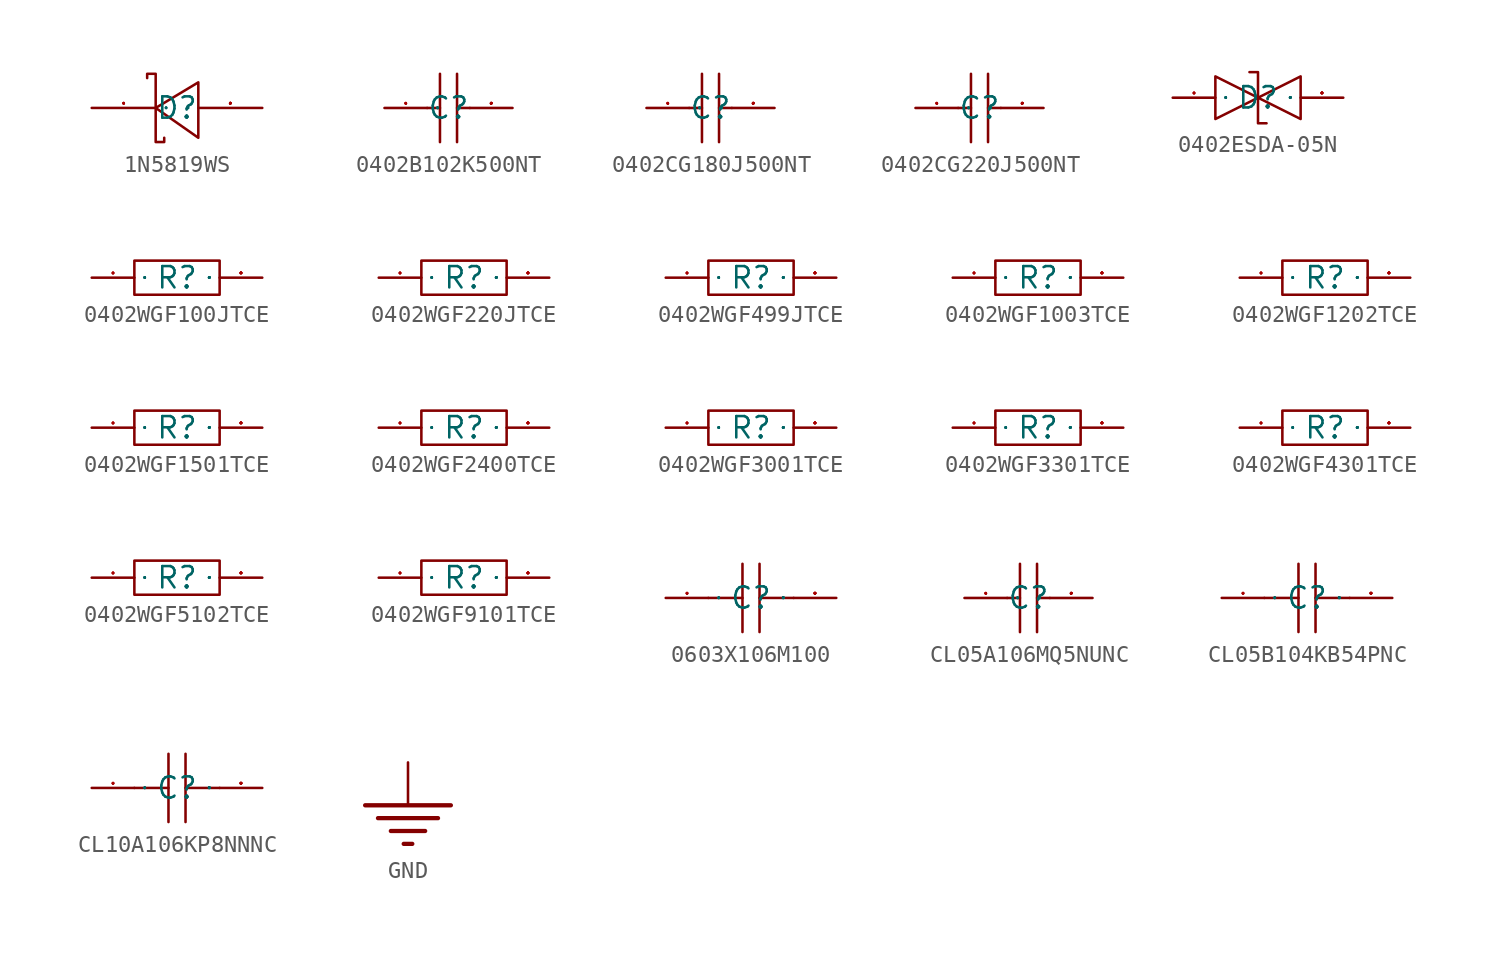
<source format=kicad_sym>
(kicad_symbol_lib
  (version 20241209)
  (generator "kicad_symbol_editor")
  (generator_version "9.0")
  (symbol "1N5819WS"
    (property "Reference" "D"
      (at 0 0 0)
      (effects (font (size 1.27 1.27))))
    (property "Value" ""
      (at 0 0 0)
      (effects (font (size 1.27 1.27))))
    (symbol "1N5819WS_1_0"
      (polyline (pts (xy -1.27 0) (xy -1.27 2.032) (xy -1.27 2.032) (xy -1.778 2.032) (xy -1.778 2.032) (xy -1.778 1.778)) (stroke (width 0) (type default)) (fill (type none)))
      (polyline (pts (xy -1.27 0) (xy -1.27 -2.032) (xy -1.27 -2.032) (xy -0.762 -2.032) (xy -0.762 -2.032) (xy -0.762 -1.778)) (stroke (width 0) (type default)) (fill (type none)))
      (polyline (pts (xy 1.27 1.524) (xy -1.27 0) (xy -1.27 0) (xy 1.27 -1.778) (xy 1.27 -1.778) (xy 1.27 1.524)) (stroke (width 0) (type default)) (fill (type none)))
      (pin input line (at -5.08 0 0) (length 3.81) (name "K" (effects (font (size 0.025 0.025)))) (number "1" (effects (font (size 0.025 0.025)))))
      (pin input line (at 5.08 0 180) (length 3.81) (name "A" (effects (font (size 0.025 0.025)))) (number "2" (effects (font (size 0.025 0.025)))))))
  (symbol "0402B102K500NT"
    (property "Reference" "C"
      (at 0 0 0)
      (effects (font (size 1.27 1.27))))
    (symbol "0402B102K500NT_1_0"
      (polyline (pts (xy -1.27 0) (xy -0.508 0)) (stroke (width 0) (type default)) (fill (type none)))
      (polyline (pts (xy -0.508 2.032) (xy -0.508 -2.032)) (stroke (width 0) (type default)) (fill (type none)))
      (polyline (pts (xy 0.508 2.032) (xy 0.508 -2.032)) (stroke (width 0) (type default)) (fill (type none)))
      (polyline (pts (xy 0.508 0) (xy 1.27 0)) (stroke (width 0) (type default)) (fill (type none)))
      (pin input line (at -3.81 0 0) (length 2.54) (name "1" (effects (font (size 0.025 0.025)))) (number "1" (effects (font (size 0.025 0.025)))))
      (pin input line (at 3.81 0 180) (length 2.54) (name "2" (effects (font (size 0.025 0.025)))) (number "2" (effects (font (size 0.025 0.025)))))))
  (symbol "0402CG180J500NT"
    (property "Reference" "C"
      (at 0 0 0)
      (effects (font (size 1.27 1.27))))
    (symbol "0402CG180J500NT_1_0"
      (polyline (pts (xy -1.27 0) (xy -0.508 0)) (stroke (width 0) (type default)) (fill (type none)))
      (polyline (pts (xy -0.508 2.032) (xy -0.508 -2.032)) (stroke (width 0) (type default)) (fill (type none)))
      (polyline (pts (xy 0.508 2.032) (xy 0.508 -2.032)) (stroke (width 0) (type default)) (fill (type none)))
      (polyline (pts (xy 0.508 0) (xy 1.27 0)) (stroke (width 0) (type default)) (fill (type none)))
      (pin input line (at -3.81 0 0) (length 2.54) (name "1" (effects (font (size 0.025 0.025)))) (number "1" (effects (font (size 0.025 0.025)))))
      (pin input line (at 3.81 0 180) (length 2.54) (name "2" (effects (font (size 0.025 0.025)))) (number "2" (effects (font (size 0.025 0.025)))))))
  (symbol "0402CG220J500NT"
    (property "Reference" "C"
      (at 0 0 0)
      (effects (font (size 1.27 1.27))))
    (symbol "0402CG220J500NT_1_0"
      (polyline (pts (xy -1.27 0) (xy -0.508 0)) (stroke (width 0) (type default)) (fill (type none)))
      (polyline (pts (xy -0.508 2.032) (xy -0.508 -2.032)) (stroke (width 0) (type default)) (fill (type none)))
      (polyline (pts (xy 0.508 2.032) (xy 0.508 -2.032)) (stroke (width 0) (type default)) (fill (type none)))
      (polyline (pts (xy 0.508 0) (xy 1.27 0)) (stroke (width 0) (type default)) (fill (type none)))
      (pin input line (at -3.81 0 0) (length 2.54) (name "1" (effects (font (size 0.025 0.025)))) (number "1" (effects (font (size 0.025 0.025)))))
      (pin input line (at 3.81 0 180) (length 2.54) (name "2" (effects (font (size 0.025 0.025)))) (number "2" (effects (font (size 0.025 0.025)))))))
  (symbol "0402ESDA-05N"
    (property "Reference" "D"
      (at 0 0 0)
      (effects (font (size 1.27 1.27))))
    (property "Value" ""
      (at 0 0 0)
      (effects (font (size 1.27 1.27))))
    (symbol "0402ESDA-05N_1_0"
      (polyline (pts (xy -2.54 1.27) (xy 0 0) (xy 0 0) (xy -2.54 -1.27) (xy -2.54 -1.27) (xy -2.54 1.27)) (stroke (width 0) (type default)) (fill (type none)))
      (polyline (pts (xy -0.508 1.524) (xy -0.508 1.524) (xy -0.508 1.524) (xy 0 1.524) (xy 0 1.524) (xy 0 -1.524) (xy 0 -1.524) (xy 0.508 -1.524) (xy 0.508 -1.524) (xy 0.508 -1.524)) (stroke (width 0) (type default)) (fill (type none)))
      (polyline (pts (xy 2.54 1.27) (xy 0 0) (xy 0 0) (xy 2.54 -1.27) (xy 2.54 -1.27) (xy 2.54 1.27)) (stroke (width 0) (type default)) (fill (type none)))
      (pin input line (at -5.08 0 0) (length 2.54) (name "1" (effects (font (size 0.025 0.025)))) (number "1" (effects (font (size 0.025 0.025)))))
      (pin input line (at 5.08 0 180) (length 2.54) (name "2" (effects (font (size 0.025 0.025)))) (number "2" (effects (font (size 0.025 0.025)))))))
  (symbol "0402WGF100JTCE"
    (property "Reference" "R"
      (at 0 0 0)
      (effects (font (size 1.27 1.27))))
    (symbol "0402WGF100JTCE_1_0"
      (rectangle (start -2.54 -1.016) (end 2.54 1.016) (stroke (width 0) (type default)) (fill (type none)))
      (pin input line (at -5.08 0 0) (length 2.54) (name "1" (effects (font (size 0.025 0.025)))) (number "1" (effects (font (size 0.025 0.025)))))
      (pin input line (at 5.08 0 180) (length 2.54) (name "2" (effects (font (size 0.025 0.025)))) (number "2" (effects (font (size 0.025 0.025)))))))
  (symbol "0402WGF220JTCE"
    (property "Reference" "R"
      (at 0 0 0)
      (effects (font (size 1.27 1.27))))
    (symbol "0402WGF220JTCE_1_0"
      (rectangle (start -2.54 -1.016) (end 2.54 1.016) (stroke (width 0) (type default)) (fill (type none)))
      (pin input line (at -5.08 0 0) (length 2.54) (name "1" (effects (font (size 0.025 0.025)))) (number "1" (effects (font (size 0.025 0.025)))))
      (pin input line (at 5.08 0 180) (length 2.54) (name "2" (effects (font (size 0.025 0.025)))) (number "2" (effects (font (size 0.025 0.025)))))))
  (symbol "0402WGF499JTCE"
    (property "Reference" "R"
      (at 0 0 0)
      (effects (font (size 1.27 1.27))))
    (symbol "0402WGF499JTCE_1_0"
      (rectangle (start -2.54 -1.016) (end 2.54 1.016) (stroke (width 0) (type default)) (fill (type none)))
      (pin input line (at -5.08 0 0) (length 2.54) (name "1" (effects (font (size 0.025 0.025)))) (number "1" (effects (font (size 0.025 0.025)))))
      (pin input line (at 5.08 0 180) (length 2.54) (name "2" (effects (font (size 0.025 0.025)))) (number "2" (effects (font (size 0.025 0.025)))))))
  (symbol "0402WGF1003TCE"
    (property "Reference" "R"
      (at 0 0 0)
      (effects (font (size 1.27 1.27))))
    (symbol "0402WGF1003TCE_1_0"
      (rectangle (start -2.54 -1.016) (end 2.54 1.016) (stroke (width 0) (type default)) (fill (type none)))
      (pin input line (at -5.08 0 0) (length 2.54) (name "1" (effects (font (size 0.025 0.025)))) (number "1" (effects (font (size 0.025 0.025)))))
      (pin input line (at 5.08 0 180) (length 2.54) (name "2" (effects (font (size 0.025 0.025)))) (number "2" (effects (font (size 0.025 0.025)))))))
  (symbol "0402WGF1202TCE"
    (property "Reference" "R"
      (at 0 0 0)
      (effects (font (size 1.27 1.27))))
    (symbol "0402WGF1202TCE_1_0"
      (rectangle (start -2.54 -1.016) (end 2.54 1.016) (stroke (width 0) (type default)) (fill (type none)))
      (pin input line (at -5.08 0 0) (length 2.54) (name "1" (effects (font (size 0.025 0.025)))) (number "1" (effects (font (size 0.025 0.025)))))
      (pin input line (at 5.08 0 180) (length 2.54) (name "2" (effects (font (size 0.025 0.025)))) (number "2" (effects (font (size 0.025 0.025)))))))
  (symbol "0402WGF1501TCE"
    (property "Reference" "R"
      (at 0 0 0)
      (effects (font (size 1.27 1.27))))
    (symbol "0402WGF1501TCE_1_0"
      (rectangle (start -2.54 -1.016) (end 2.54 1.016) (stroke (width 0) (type default)) (fill (type none)))
      (pin input line (at -5.08 0 0) (length 2.54) (name "1" (effects (font (size 0.025 0.025)))) (number "1" (effects (font (size 0.025 0.025)))))
      (pin input line (at 5.08 0 180) (length 2.54) (name "2" (effects (font (size 0.025 0.025)))) (number "2" (effects (font (size 0.025 0.025)))))))
  (symbol "0402WGF2400TCE"
    (property "Reference" "R"
      (at 0 0 0)
      (effects (font (size 1.27 1.27))))
    (symbol "0402WGF2400TCE_1_0"
      (rectangle (start -2.54 -1.016) (end 2.54 1.016) (stroke (width 0) (type default)) (fill (type none)))
      (pin input line (at -5.08 0 0) (length 2.54) (name "1" (effects (font (size 0.025 0.025)))) (number "1" (effects (font (size 0.025 0.025)))))
      (pin input line (at 5.08 0 180) (length 2.54) (name "2" (effects (font (size 0.025 0.025)))) (number "2" (effects (font (size 0.025 0.025)))))))
  (symbol "0402WGF3001TCE"
    (property "Reference" "R"
      (at 0 0 0)
      (effects (font (size 1.27 1.27))))
    (symbol "0402WGF3001TCE_1_0"
      (rectangle (start -2.54 -1.016) (end 2.54 1.016) (stroke (width 0) (type default)) (fill (type none)))
      (pin input line (at -5.08 0 0) (length 2.54) (name "1" (effects (font (size 0.025 0.025)))) (number "1" (effects (font (size 0.025 0.025)))))
      (pin input line (at 5.08 0 180) (length 2.54) (name "2" (effects (font (size 0.025 0.025)))) (number "2" (effects (font (size 0.025 0.025)))))))
  (symbol "0402WGF3301TCE"
    (property "Reference" "R"
      (at 0 0 0)
      (effects (font (size 1.27 1.27))))
    (symbol "0402WGF3301TCE_1_0"
      (rectangle (start -2.54 -1.016) (end 2.54 1.016) (stroke (width 0) (type default)) (fill (type none)))
      (pin input line (at -5.08 0 0) (length 2.54) (name "1" (effects (font (size 0.025 0.025)))) (number "1" (effects (font (size 0.025 0.025)))))
      (pin input line (at 5.08 0 180) (length 2.54) (name "2" (effects (font (size 0.025 0.025)))) (number "2" (effects (font (size 0.025 0.025)))))))
  (symbol "0402WGF4301TCE"
    (property "Reference" "R"
      (at 0 0 0)
      (effects (font (size 1.27 1.27))))
    (symbol "0402WGF4301TCE_1_0"
      (rectangle (start -2.54 -1.016) (end 2.54 1.016) (stroke (width 0) (type default)) (fill (type none)))
      (pin input line (at -5.08 0 0) (length 2.54) (name "1" (effects (font (size 0.025 0.025)))) (number "1" (effects (font (size 0.025 0.025)))))
      (pin input line (at 5.08 0 180) (length 2.54) (name "2" (effects (font (size 0.025 0.025)))) (number "2" (effects (font (size 0.025 0.025)))))))
  (symbol "0402WGF5102TCE"
    (property "Reference" "R"
      (at 0 0 0)
      (effects (font (size 1.27 1.27))))
    (property "Value" ""
      (at 0 0 0)
      (effects (font (size 1.27 1.27))))
    (symbol "0402WGF5102TCE_1_0"
      (rectangle (start -2.54 -1.016) (end 2.54 1.016) (stroke (width 0) (type default)) (fill (type none)))
      (pin input line (at -5.08 0 0) (length 2.54) (name "1" (effects (font (size 0.025 0.025)))) (number "1" (effects (font (size 0.025 0.025)))))
      (pin input line (at 5.08 0 180) (length 2.54) (name "2" (effects (font (size 0.025 0.025)))) (number "2" (effects (font (size 0.025 0.025)))))))
  (symbol "0402WGF9101TCE"
    (property "Reference" "R"
      (at 0 0 0)
      (effects (font (size 1.27 1.27))))
    (symbol "0402WGF9101TCE_1_0"
      (rectangle (start -2.54 -1.016) (end 2.54 1.016) (stroke (width 0) (type default)) (fill (type none)))
      (pin input line (at -5.08 0 0) (length 2.54) (name "1" (effects (font (size 0.025 0.025)))) (number "1" (effects (font (size 0.025 0.025)))))
      (pin input line (at 5.08 0 180) (length 2.54) (name "2" (effects (font (size 0.025 0.025)))) (number "2" (effects (font (size 0.025 0.025)))))))
  (symbol "0603X106M100"
    (property "Reference" "C"
      (at 0 0 0)
      (effects (font (size 1.27 1.27))))
    (property "Value" ""
      (at 0 0 0)
      (effects (font (size 1.27 1.27))))
    (symbol "0603X106M100_1_0"
      (polyline (pts (xy -0.508 0) (xy -2.54 0)) (stroke (width 0) (type default)) (fill (type none)))
      (polyline (pts (xy -0.508 -2.032) (xy -0.508 2.032)) (stroke (width 0) (type default)) (fill (type none)))
      (polyline (pts (xy 0.508 2.032) (xy 0.508 -2.032)) (stroke (width 0) (type default)) (fill (type none)))
      (polyline (pts (xy 2.54 0) (xy 0.508 0)) (stroke (width 0) (type default)) (fill (type none)))
      (pin input line (at -5.08 0 0) (length 2.54) (name "1" (effects (font (size 0.025 0.025)))) (number "1" (effects (font (size 0.025 0.025)))))
      (pin input line (at 5.08 0 180) (length 2.54) (name "2" (effects (font (size 0.025 0.025)))) (number "2" (effects (font (size 0.025 0.025)))))))
  (symbol "CL05A106MQ5NUNC"
    (property "Reference" "C"
      (at 0 0 0)
      (effects (font (size 1.27 1.27))))
    (symbol "CL05A106MQ5NUNC_1_0"
      (polyline (pts (xy -1.27 0) (xy -0.508 0)) (stroke (width 0) (type default)) (fill (type none)))
      (polyline (pts (xy -0.508 2.032) (xy -0.508 -2.032)) (stroke (width 0) (type default)) (fill (type none)))
      (polyline (pts (xy 0.508 2.032) (xy 0.508 -2.032)) (stroke (width 0) (type default)) (fill (type none)))
      (polyline (pts (xy 0.508 0) (xy 1.27 0)) (stroke (width 0) (type default)) (fill (type none)))
      (pin input line (at -3.81 0 0) (length 2.54) (name "1" (effects (font (size 0.025 0.025)))) (number "1" (effects (font (size 0.025 0.025)))))
      (pin input line (at 3.81 0 180) (length 2.54) (name "2" (effects (font (size 0.025 0.025)))) (number "2" (effects (font (size 0.025 0.025)))))))
  (symbol "CL05B104KB54PNC"
    (property "Reference" "C"
      (at 0 0 0)
      (effects (font (size 1.27 1.27))))
    (symbol "CL05B104KB54PNC_1_0"
      (polyline (pts (xy -0.508 2.032) (xy -0.508 -2.032)) (stroke (width 0) (type default)) (fill (type none)))
      (polyline (pts (xy -0.508 0) (xy -2.54 0)) (stroke (width 0) (type default)) (fill (type none)))
      (polyline (pts (xy 0.508 -2.032) (xy 0.508 2.032)) (stroke (width 0) (type default)) (fill (type none)))
      (polyline (pts (xy 2.54 0) (xy 0.508 0)) (stroke (width 0) (type default)) (fill (type none)))
      (pin input line (at -5.08 0 0) (length 2.54) (name "1" (effects (font (size 0.025 0.025)))) (number "1" (effects (font (size 0.025 0.025)))))
      (pin input line (at 5.08 0 180) (length 2.54) (name "2" (effects (font (size 0.025 0.025)))) (number "2" (effects (font (size 0.025 0.025)))))))
  (symbol "CL10A106KP8NNNC"
    (property "Reference" "C"
      (at 0 0 0)
      (effects (font (size 1.27 1.27))))
    (symbol "CL10A106KP8NNNC_1_0"
      (polyline (pts (xy -0.508 0) (xy -2.54 0)) (stroke (width 0) (type default)) (fill (type none)))
      (polyline (pts (xy -0.508 -2.032) (xy -0.508 2.032)) (stroke (width 0) (type default)) (fill (type none)))
      (polyline (pts (xy 0.508 2.032) (xy 0.508 -2.032)) (stroke (width 0) (type default)) (fill (type none)))
      (polyline (pts (xy 2.54 0) (xy 0.508 0)) (stroke (width 0) (type default)) (fill (type none)))
      (pin input line (at -5.08 0 0) (length 2.54) (name "1" (effects (font (size 0.025 0.025)))) (number "1" (effects (font (size 0.025 0.025)))))
      (pin input line (at 5.08 0 180) (length 2.54) (name "2" (effects (font (size 0.025 0.025)))) (number "2" (effects (font (size 0.025 0.025)))))))
  (symbol "GND"
    (power)
    (pin_numbers
      (hide yes))
    (pin_names
      (hide yes))
    (property "Reference" "#PWR"
      (at 0 0 0)
      (effects (font (size 1.27 1.27)) (hide yes)))
    (symbol "GND_1_0"
      (polyline (pts (xy -2.54 -2.54) (xy 2.54 -2.54)) (stroke (width 0.254) (type default)) (fill (type none)))
      (polyline (pts (xy -1.778 -3.302) (xy 1.778 -3.302)) (stroke (width 0.254) (type default)) (fill (type none)))
      (polyline (pts (xy -1.016 -4.064) (xy 1.016 -4.064)) (stroke (width 0.254) (type default)) (fill (type none)))
      (polyline (pts (xy -0.254 -4.826) (xy 0.254 -4.826)) (stroke (width 0.254) (type default)) (fill (type none)))
      (pin power_in line (at 0 0 270) (length 2.54) (name "" (effects (font (size 1.27 1.27)))) (number "1" (effects (font (size 0.025 0.025))))))))
</source>
